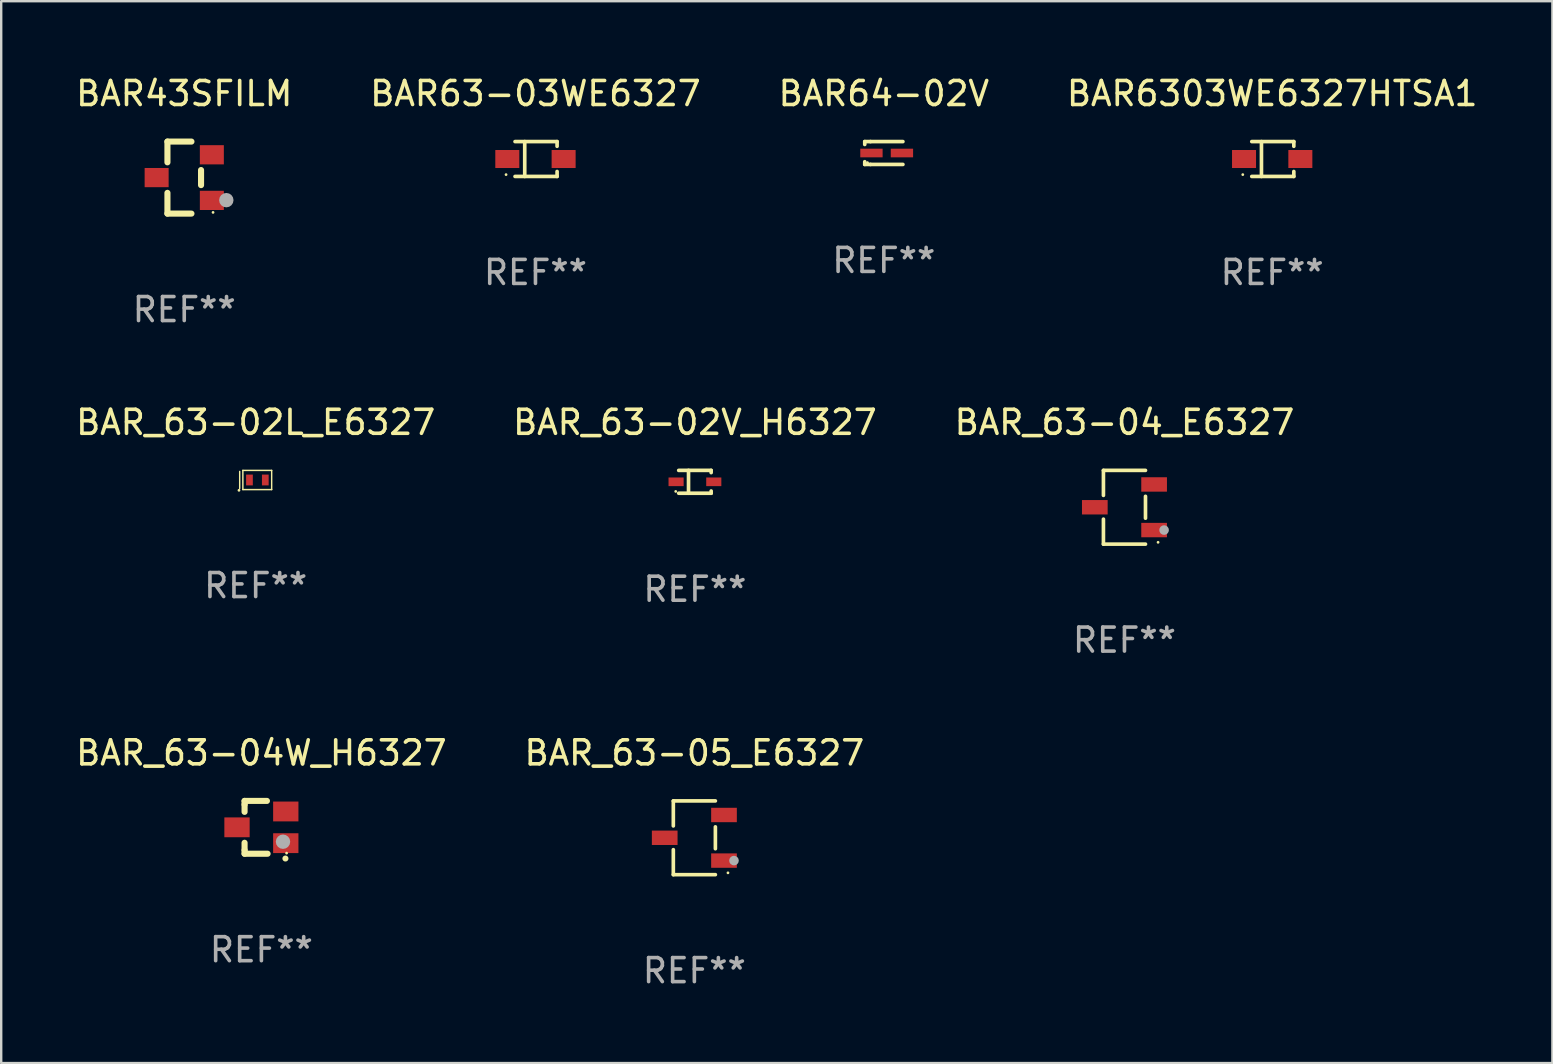
<source format=kicad_pcb>
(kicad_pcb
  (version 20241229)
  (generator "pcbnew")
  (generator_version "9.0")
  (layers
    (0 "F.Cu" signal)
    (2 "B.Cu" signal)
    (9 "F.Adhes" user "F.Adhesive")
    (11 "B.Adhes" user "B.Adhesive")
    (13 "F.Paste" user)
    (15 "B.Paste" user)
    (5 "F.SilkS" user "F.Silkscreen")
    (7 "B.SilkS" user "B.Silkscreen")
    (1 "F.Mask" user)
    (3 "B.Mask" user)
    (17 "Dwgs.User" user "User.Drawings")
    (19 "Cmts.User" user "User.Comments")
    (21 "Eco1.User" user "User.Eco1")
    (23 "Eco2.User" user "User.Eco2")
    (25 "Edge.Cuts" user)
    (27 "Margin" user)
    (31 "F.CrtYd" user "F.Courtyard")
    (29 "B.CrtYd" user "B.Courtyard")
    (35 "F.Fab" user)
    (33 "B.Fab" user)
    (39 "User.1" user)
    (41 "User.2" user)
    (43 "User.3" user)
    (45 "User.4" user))
  (footprint "BAR_63-02V_H6327"
    (layer "F.Cu")
    (at 25.899 17.021)
    (property "Reference" "BAR_63-02V_H6327" (at 0 -2.476 0) (layer "F.SilkS") (effects (font (size 1 1) (thickness 0.15))))
    (attr through_hole)
    (fp_line (start -0.676 -0.476) (end 0.676 -0.476) (stroke (width 0.152) (type solid)) (layer "F.SilkS"))
    (fp_line (start -0.676 0.476) (end 0.676 0.476) (stroke (width 0.152) (type solid)) (layer "F.SilkS"))
    (fp_line (start -0.267 -0.476) (end -0.267 0.476) (stroke (width 0.152) (type solid)) (layer "F.SilkS"))
    (fp_line (start 0.676 -0.476) (end 0.676 -0.383) (stroke (width 0.152) (type solid)) (layer "F.SilkS"))
    (fp_line (start 0.676 0.476) (end 0.676 0.383) (stroke (width 0.152) (type solid)) (layer "F.SilkS"))
    (fp_circle (center -0.8 0.4) (end -0.77 0.4) (stroke (width 0.06) (type solid)) (fill no) (layer "F.SilkS"))
    (fp_text user "REF**" (at 0 4.476 0) (layer "F.Fab") (effects (font (size 1 1) (thickness 0.15))))
    (pad "1" smd rect (at -0.785 0) (size 0.63 0.36) (layers "F.Cu" "F.Mask" "F.Paste"))
    (pad "2" smd rect (at 0.785 0) (size 0.63 0.36) (layers "F.Cu" "F.Mask" "F.Paste")))
  (footprint "BAR6303WE6327HTSA1"
    (layer "F.Cu")
    (at 49.946 3.574)
    (property "Reference" "BAR6303WE6327HTSA1" (at 0 -2.726 0) (layer "F.SilkS") (effects (font (size 1 1) (thickness 0.15))))
    (attr through_hole)
    (fp_line (start -0.851 -0.726) (end 0.901 -0.726) (stroke (width 0.152) (type solid)) (layer "F.SilkS"))
    (fp_line (start -0.851 0.726) (end 0.901 0.726) (stroke (width 0.152) (type solid)) (layer "F.SilkS"))
    (fp_line (start -0.447 -0.726) (end -0.447 0.726) (stroke (width 0.152) (type solid)) (layer "F.SilkS"))
    (fp_line (start 0.901 -0.726) (end 0.901 -0.53) (stroke (width 0.152) (type solid)) (layer "F.SilkS"))
    (fp_line (start 0.901 0.726) (end 0.901 0.52) (stroke (width 0.152) (type solid)) (layer "F.SilkS"))
    (fp_circle (center -1.225 0.65) (end -1.195 0.65) (stroke (width 0.06) (type solid)) (fill no) (layer "F.SilkS"))
    (fp_text user "REF**" (at 0 4.726 0) (layer "F.Fab") (effects (font (size 1 1) (thickness 0.15))))
    (pad "1" smd rect (at -1.173 0) (size 1 0.75) (layers "F.Cu" "F.Mask" "F.Paste"))
    (pad "2" smd rect (at 1.173 0) (size 1 0.75) (layers "F.Cu" "F.Mask" "F.Paste")))
  (footprint "BAR43SFILM"
    (layer "F.Cu")
    (at 4.625 4.348)
    (property "Reference" "BAR43SFILM" (at 0 -3.5 0) (layer "F.SilkS") (effects (font (size 1 1) (thickness 0.15))))
    (attr through_hole)
    (fp_line (start -0.7 -1.5) (end 0.3 -1.5) (stroke (width 0.254) (type solid)) (layer "F.SilkS"))
    (fp_line (start -0.7 -0.636) (end -0.7 -1.5) (stroke (width 0.254) (type solid)) (layer "F.SilkS"))
    (fp_line (start -0.7 1.5) (end -0.7 0.636) (stroke (width 0.254) (type solid)) (layer "F.SilkS"))
    (fp_line (start -0.7 1.5) (end 0.3 1.5) (stroke (width 0.254) (type solid)) (layer "F.SilkS"))
    (fp_line (start 0.7 0.314) (end 0.7 -0.314) (stroke (width 0.254) (type solid)) (layer "F.SilkS"))
    (fp_circle (center 1.2 1.45) (end 1.23 1.45) (stroke (width 0.06) (type solid)) (fill no) (layer "F.SilkS"))
    (fp_circle (center 1.753 0.94) (end 1.903 0.94) (stroke (width 0.3) (type solid)) (fill no) (layer "F.Fab"))
    (fp_text user "REF**" (at 0 5.5 0) (layer "F.Fab") (effects (font (size 1 1) (thickness 0.15))))
    (pad "1" smd rect (at 1.15 0.95 180) (size 1 0.8) (layers "F.Cu" "F.Mask" "F.Paste"))
    (pad "2" smd rect (at 1.15 -0.95 180) (size 1 0.8) (layers "F.Cu" "F.Mask" "F.Paste"))
    (pad "3" smd rect (at -1.15 -0.000051 180) (size 1 0.8) (layers "F.Cu" "F.Mask" "F.Paste")))
  (footprint "BAR_63-02L_E6327"
    (layer "F.Cu")
    (at 7.601 16.945)
    (property "Reference" "BAR_63-02L_E6327" (at 0 -2.4 0) (layer "F.SilkS") (effects (font (size 1 1) (thickness 0.15))))
    (attr through_hole)
    (fp_line (start -0.666 -0.356) (end -0.666 0.356) (stroke (width 0.06) (type solid)) (layer "F.SilkS"))
    (fp_line (start -0.534 -0.4) (end 0.666 -0.4) (stroke (width 0.06) (type solid)) (layer "F.SilkS"))
    (fp_line (start -0.534 0.4) (end -0.534 -0.4) (stroke (width 0.06) (type solid)) (layer "F.SilkS"))
    (fp_line (start 0.666 -0.4) (end 0.666 0.4) (stroke (width 0.06) (type solid)) (layer "F.SilkS"))
    (fp_line (start 0.666 0.4) (end -0.534 0.4) (stroke (width 0.06) (type solid)) (layer "F.SilkS"))
    (fp_circle (center -0.696 0.43) (end -0.666 0.43) (stroke (width 0.06) (type solid)) (fill no) (layer "F.SilkS"))
    (fp_text user "REF**" (at 0 4.4 0) (layer "F.Fab") (effects (font (size 1 1) (thickness 0.15))))
    (pad "1" smd rect (at -0.259 0) (size 0.28 0.45) (layers "F.Cu" "F.Mask" "F.Paste"))
    (pad "2" smd rect (at 0.401 0) (size 0.28 0.45) (layers "F.Cu" "F.Mask" "F.Paste")))
  (footprint "BAR64-02V"
    (layer "F.Cu")
    (at 33.768 3.324)
    (property "Reference" "BAR64-02V" (at 0 -2.476 0) (layer "F.SilkS") (effects (font (size 1 1) (thickness 0.15))))
    (attr through_hole)
    (fp_line (start -0.795 -0.476) (end -0.795 -0.356) (stroke (width 0.152) (type solid)) (layer "F.SilkS"))
    (fp_line (start -0.795 0.363) (end -0.795 0.476) (stroke (width 0.152) (type solid)) (layer "F.SilkS"))
    (fp_line (start -0.795 0.476) (end -0.557 0.476) (stroke (width 0.152) (type solid)) (layer "F.SilkS"))
    (fp_line (start -0.557 -0.476) (end -0.795 -0.476) (stroke (width 0.152) (type solid)) (layer "F.SilkS"))
    (fp_line (start -0.557 -0.476) (end 0.795 -0.476) (stroke (width 0.152) (type solid)) (layer "F.SilkS"))
    (fp_line (start -0.557 0.476) (end 0.795 0.476) (stroke (width 0.152) (type solid)) (layer "F.SilkS"))
    (fp_circle (center -0.681 0.4) (end -0.651 0.4) (stroke (width 0.06) (type solid)) (fill no) (layer "F.SilkS"))
    (fp_text user "REF**" (at 0 4.476 0) (layer "F.Fab") (effects (font (size 1 1) (thickness 0.15))))
    (pad "1" smd rect (at -0.516 0 180) (size 0.93 0.36) (layers "F.Cu" "F.Mask" "F.Paste"))
    (pad "2" smd rect (at 0.754 0 180) (size 0.93 0.36) (layers "F.Cu" "F.Mask" "F.Paste")))
  (footprint "BAR_63-05_E6327"
    (layer "F.Cu")
    (at 25.875 31.85)
    (property "Reference" "BAR_63-05_E6327" (at 0 -3.536 0) (layer "F.SilkS") (effects (font (size 1 1) (thickness 0.15))))
    (attr through_hole)
    (fp_line (start -0.876 -1.536) (end -0.876 -0.495) (stroke (width 0.152) (type solid)) (layer "F.SilkS"))
    (fp_line (start -0.876 1.536) (end -0.876 0.495) (stroke (width 0.152) (type solid)) (layer "F.SilkS"))
    (fp_line (start 0.876 -1.536) (end -0.876 -1.536) (stroke (width 0.152) (type solid)) (layer "F.SilkS"))
    (fp_line (start 0.876 -0.455) (end 0.876 0.455) (stroke (width 0.152) (type solid)) (layer "F.SilkS"))
    (fp_line (start 0.876 1.536) (end -0.876 1.536) (stroke (width 0.152) (type solid)) (layer "F.SilkS"))
    (fp_circle (center 1.4 1.46) (end 1.43 1.46) (stroke (width 0.06) (type solid)) (fill no) (layer "F.SilkS"))
    (fp_circle (center 1.651 0.95) (end 1.751 0.95) (stroke (width 0.2) (type solid)) (fill no) (layer "F.Fab"))
    (fp_text user "REF**" (at 0 5.536 0) (layer "F.Fab") (effects (font (size 1 1) (thickness 0.15))))
    (pad "1" smd rect (at 1.235 0.95) (size 1.07 0.6) (layers "F.Cu" "F.Mask" "F.Paste"))
    (pad "2" smd rect (at 1.235 -0.95) (size 1.07 0.6) (layers "F.Cu" "F.Mask" "F.Paste"))
    (pad "3" smd rect (at -1.235 0) (size 1.07 0.6) (layers "F.Cu" "F.Mask" "F.Paste")))
  (footprint "BAR63-03WE6327"
    (layer "F.Cu")
    (at 19.256 3.574)
    (property "Reference" "BAR63-03WE6327" (at 0 -2.726 0) (layer "F.SilkS") (effects (font (size 1 1) (thickness 0.15))))
    (attr through_hole)
    (fp_line (start -0.851 -0.726) (end 0.901 -0.726) (stroke (width 0.152) (type solid)) (layer "F.SilkS"))
    (fp_line (start -0.851 0.726) (end 0.901 0.726) (stroke (width 0.152) (type solid)) (layer "F.SilkS"))
    (fp_line (start -0.447 -0.726) (end -0.447 0.726) (stroke (width 0.152) (type solid)) (layer "F.SilkS"))
    (fp_line (start 0.901 -0.726) (end 0.901 -0.53) (stroke (width 0.152) (type solid)) (layer "F.SilkS"))
    (fp_line (start 0.901 0.726) (end 0.901 0.52) (stroke (width 0.152) (type solid)) (layer "F.SilkS"))
    (fp_circle (center -1.225 0.65) (end -1.195 0.65) (stroke (width 0.06) (type solid)) (fill no) (layer "F.SilkS"))
    (fp_text user "REF**" (at 0 4.726 0) (layer "F.Fab") (effects (font (size 1 1) (thickness 0.15))))
    (pad "1" smd rect (at -1.173 0) (size 1 0.75) (layers "F.Cu" "F.Mask" "F.Paste"))
    (pad "2" smd rect (at 1.173 0) (size 1 0.75) (layers "F.Cu" "F.Mask" "F.Paste")))
  (footprint "BAR_63-04_E6327"
    (layer "F.Cu")
    (at 43.792 18.081)
    (property "Reference" "BAR_63-04_E6327" (at 0 -3.536 0) (layer "F.SilkS") (effects (font (size 1 1) (thickness 0.15))))
    (attr through_hole)
    (fp_line (start -0.876 -1.536) (end -0.876 -0.495) (stroke (width 0.152) (type solid)) (layer "F.SilkS"))
    (fp_line (start -0.876 1.536) (end -0.876 0.495) (stroke (width 0.152) (type solid)) (layer "F.SilkS"))
    (fp_line (start 0.876 -1.536) (end -0.876 -1.536) (stroke (width 0.152) (type solid)) (layer "F.SilkS"))
    (fp_line (start 0.876 -0.455) (end 0.876 0.455) (stroke (width 0.152) (type solid)) (layer "F.SilkS"))
    (fp_line (start 0.876 1.536) (end -0.876 1.536) (stroke (width 0.152) (type solid)) (layer "F.SilkS"))
    (fp_circle (center 1.4 1.46) (end 1.43 1.46) (stroke (width 0.06) (type solid)) (fill no) (layer "F.SilkS"))
    (fp_circle (center 1.651 0.95) (end 1.751 0.95) (stroke (width 0.2) (type solid)) (fill no) (layer "F.Fab"))
    (fp_text user "REF**" (at 0 5.536 0) (layer "F.Fab") (effects (font (size 1 1) (thickness 0.15))))
    (pad "1" smd rect (at 1.235 0.95) (size 1.07 0.6) (layers "F.Cu" "F.Mask" "F.Paste"))
    (pad "2" smd rect (at 1.235 -0.95) (size 1.07 0.6) (layers "F.Cu" "F.Mask" "F.Paste"))
    (pad "3" smd rect (at -1.235 0) (size 1.07 0.6) (layers "F.Cu" "F.Mask" "F.Paste")))
  (footprint "BAR_63-04W_H6327"
    (layer "F.Cu")
    (at 7.839 31.414)
    (property "Reference" "BAR_63-04W_H6327" (at 0 -3.1 0) (layer "F.SilkS") (effects (font (size 1 1) (thickness 0.15))))
    (attr through_hole)
    (fp_line (start -0.701 -0.95) (end -0.701 -1.1) (stroke (width 0.254) (type solid)) (layer "F.SilkS"))
    (fp_line (start -0.701 -0.644) (end -0.701 -0.95) (stroke (width 0.254) (type solid)) (layer "F.SilkS"))
    (fp_line (start -0.701 0.95) (end -0.701 0.644) (stroke (width 0.254) (type solid)) (layer "F.SilkS"))
    (fp_line (start -0.701 0.95) (end -0.701 1.1) (stroke (width 0.254) (type solid)) (layer "F.SilkS"))
    (fp_line (start -0.7 -1.1) (end 0.23 -1.1) (stroke (width 0.254) (type solid)) (layer "F.SilkS"))
    (fp_line (start -0.7 1.1) (end 0.258 1.1) (stroke (width 0.254) (type solid)) (layer "F.SilkS"))
    (fp_arc (start 1 1.3) (mid 1.00127 1.299994) (end 1.00254 1.3) (stroke (width 0.24892) (type solid)) (layer "F.SilkS"))
    (fp_circle (center 1.05 1.075) (end 1.08 1.075) (stroke (width 0.06) (type solid)) (fill no) (layer "F.SilkS"))
    (fp_circle (center 0.9 0.6) (end 1.05 0.6) (stroke (width 0.3) (type solid)) (fill no) (layer "F.Fab"))
    (fp_text user "REF**" (at 0 5.1 0) (layer "F.Fab") (effects (font (size 1 1) (thickness 0.15))))
    (pad "1" smd rect (at 1.016 0.66) (size 1.054 0.826) (layers "F.Cu" "F.Mask" "F.Paste"))
    (pad "2" smd rect (at 1.016 -0.66) (size 1.054 0.826) (layers "F.Cu" "F.Mask" "F.Paste"))
    (pad "3" smd rect (at -1.016 0) (size 1.054 0.826) (layers "F.Cu" "F.Mask" "F.Paste")))
  (gr_rect
    (start -3 -3)
    (end 61.619 41.234)
    (stroke (width 0.1) (type default))
    (fill no)
    (layer "Edge.Cuts")))
</source>
